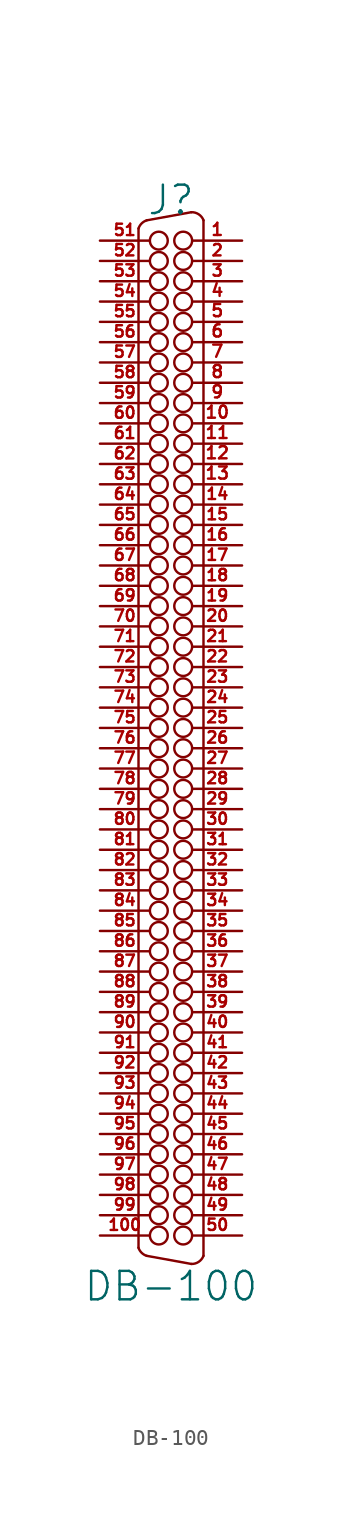
<source format=kicad_sym>
(kicad_symbol_lib
  (version 20220914)
  (generator kicad_symbol_editor)
  (symbol "DB-100"
    (pin_names
      (offset 1.016) hide)
    (property "Reference" "J"
      (at 0 33.655 0)
      (effects (font (size 1.778 1.778))))
    (property "Value" "DB-100"
      (at 0 -34.29 0)
      (effects (font (size 1.778 1.778))))
    (property "Footprint" ""
      (at 0 0 0)
      (effects (font (size 1.524 1.524))))
    (property "Datasheet" ""
      (at 0 0 0)
      (effects (font (size 1.524 1.524))))
    (symbol "DB-100_0_1"
      (arc (start -2.032 -31.877) (mid -1.838 -32.191) (end -1.524 -32.385) (stroke (width 0) (type solid)) (fill (type none)))
      (arc (start -1.524 32.385) (mid -1.838 32.191) (end -2.032 31.877) (stroke (width 0) (type solid)) (fill (type none)))
      (circle (center -0.762 -31.115) (radius 0.559) (stroke (width 0) (type solid)) (fill (type none)))
      (circle (center -0.762 -29.845) (radius 0.559) (stroke (width 0) (type solid)) (fill (type none)))
      (circle (center -0.762 -28.575) (radius 0.559) (stroke (width 0) (type solid)) (fill (type none)))
      (circle (center -0.762 -27.305) (radius 0.559) (stroke (width 0) (type solid)) (fill (type none)))
      (circle (center -0.762 -26.035) (radius 0.559) (stroke (width 0) (type solid)) (fill (type none)))
      (circle (center -0.762 -24.765) (radius 0.559) (stroke (width 0) (type solid)) (fill (type none)))
      (circle (center -0.762 -23.495) (radius 0.559) (stroke (width 0) (type solid)) (fill (type none)))
      (circle (center -0.762 -22.225) (radius 0.559) (stroke (width 0) (type solid)) (fill (type none)))
      (circle (center -0.762 -20.955) (radius 0.559) (stroke (width 0) (type solid)) (fill (type none)))
      (circle (center -0.762 -19.685) (radius 0.559) (stroke (width 0) (type solid)) (fill (type none)))
      (circle (center -0.762 -18.415) (radius 0.559) (stroke (width 0) (type solid)) (fill (type none)))
      (circle (center -0.762 -17.145) (radius 0.559) (stroke (width 0) (type solid)) (fill (type none)))
      (circle (center -0.762 -15.875) (radius 0.559) (stroke (width 0) (type solid)) (fill (type none)))
      (circle (center -0.762 -14.605) (radius 0.559) (stroke (width 0) (type solid)) (fill (type none)))
      (circle (center -0.762 -13.335) (radius 0.559) (stroke (width 0) (type solid)) (fill (type none)))
      (circle (center -0.762 -12.065) (radius 0.559) (stroke (width 0) (type solid)) (fill (type none)))
      (circle (center -0.762 -10.795) (radius 0.559) (stroke (width 0) (type solid)) (fill (type none)))
      (circle (center -0.762 -9.525) (radius 0.559) (stroke (width 0) (type solid)) (fill (type none)))
      (circle (center -0.762 -8.255) (radius 0.559) (stroke (width 0) (type solid)) (fill (type none)))
      (circle (center -0.762 -6.985) (radius 0.559) (stroke (width 0) (type solid)) (fill (type none)))
      (circle (center -0.762 -5.715) (radius 0.559) (stroke (width 0) (type solid)) (fill (type none)))
      (circle (center -0.762 -4.445) (radius 0.559) (stroke (width 0) (type solid)) (fill (type none)))
      (circle (center -0.762 -3.175) (radius 0.559) (stroke (width 0) (type solid)) (fill (type none)))
      (circle (center -0.762 -1.905) (radius 0.559) (stroke (width 0) (type solid)) (fill (type none)))
      (circle (center -0.762 -0.635) (radius 0.559) (stroke (width 0) (type solid)) (fill (type none)))
      (circle (center -0.762 0.635) (radius 0.559) (stroke (width 0) (type solid)) (fill (type none)))
      (circle (center -0.762 1.905) (radius 0.559) (stroke (width 0) (type solid)) (fill (type none)))
      (circle (center -0.762 3.175) (radius 0.559) (stroke (width 0) (type solid)) (fill (type none)))
      (circle (center -0.762 4.445) (radius 0.559) (stroke (width 0) (type solid)) (fill (type none)))
      (circle (center -0.762 5.715) (radius 0.559) (stroke (width 0) (type solid)) (fill (type none)))
      (circle (center -0.762 6.985) (radius 0.559) (stroke (width 0) (type solid)) (fill (type none)))
      (circle (center -0.762 8.255) (radius 0.559) (stroke (width 0) (type solid)) (fill (type none)))
      (circle (center -0.762 9.525) (radius 0.559) (stroke (width 0) (type solid)) (fill (type none)))
      (circle (center -0.762 10.795) (radius 0.559) (stroke (width 0) (type solid)) (fill (type none)))
      (circle (center -0.762 12.065) (radius 0.559) (stroke (width 0) (type solid)) (fill (type none)))
      (circle (center -0.762 13.335) (radius 0.559) (stroke (width 0) (type solid)) (fill (type none)))
      (circle (center -0.762 14.605) (radius 0.559) (stroke (width 0) (type solid)) (fill (type none)))
      (circle (center -0.762 15.875) (radius 0.559) (stroke (width 0) (type solid)) (fill (type none)))
      (circle (center -0.762 17.145) (radius 0.559) (stroke (width 0) (type solid)) (fill (type none)))
      (circle (center -0.762 18.415) (radius 0.559) (stroke (width 0) (type solid)) (fill (type none)))
      (circle (center -0.762 19.685) (radius 0.559) (stroke (width 0) (type solid)) (fill (type none)))
      (circle (center -0.762 20.955) (radius 0.559) (stroke (width 0) (type solid)) (fill (type none)))
      (circle (center -0.762 22.225) (radius 0.559) (stroke (width 0) (type solid)) (fill (type none)))
      (circle (center -0.762 23.495) (radius 0.559) (stroke (width 0) (type solid)) (fill (type none)))
      (circle (center -0.762 24.765) (radius 0.559) (stroke (width 0) (type solid)) (fill (type none)))
      (circle (center -0.762 26.035) (radius 0.559) (stroke (width 0) (type solid)) (fill (type none)))
      (circle (center -0.762 27.305) (radius 0.559) (stroke (width 0) (type solid)) (fill (type none)))
      (circle (center -0.762 28.575) (radius 0.559) (stroke (width 0) (type solid)) (fill (type none)))
      (circle (center -0.762 29.845) (radius 0.559) (stroke (width 0) (type solid)) (fill (type none)))
      (circle (center -0.762 31.115) (radius 0.559) (stroke (width 0) (type solid)) (fill (type none)))
      (polyline (pts (xy -2.032 -31.877) (xy -2.032 31.877)) (stroke (width 0) (type solid)) (fill (type none)))
      (polyline (pts (xy 2.032 32.385) (xy 2.032 -32.385)) (stroke (width 0) (type solid)) (fill (type none)))
      (polyline (pts (xy -1.524 -32.385) (xy 1.27 -32.893) (xy 1.27 -32.893)) (stroke (width 0) (type solid)) (fill (type none)))
      (polyline (pts (xy -1.524 32.385) (xy 1.27 32.893) (xy 1.27 32.893)) (stroke (width 0) (type solid)) (fill (type none)))
      (circle (center 0.762 -31.115) (radius 0.559) (stroke (width 0) (type solid)) (fill (type none)))
      (circle (center 0.762 -29.845) (radius 0.559) (stroke (width 0) (type solid)) (fill (type none)))
      (circle (center 0.762 -28.575) (radius 0.559) (stroke (width 0) (type solid)) (fill (type none)))
      (circle (center 0.762 -27.305) (radius 0.559) (stroke (width 0) (type solid)) (fill (type none)))
      (circle (center 0.762 -26.035) (radius 0.559) (stroke (width 0) (type solid)) (fill (type none)))
      (circle (center 0.762 -24.765) (radius 0.559) (stroke (width 0) (type solid)) (fill (type none)))
      (circle (center 0.762 -23.495) (radius 0.559) (stroke (width 0) (type solid)) (fill (type none)))
      (circle (center 0.762 -22.225) (radius 0.559) (stroke (width 0) (type solid)) (fill (type none)))
      (circle (center 0.762 -20.955) (radius 0.559) (stroke (width 0) (type solid)) (fill (type none)))
      (circle (center 0.762 -19.685) (radius 0.559) (stroke (width 0) (type solid)) (fill (type none)))
      (circle (center 0.762 -18.415) (radius 0.559) (stroke (width 0) (type solid)) (fill (type none)))
      (circle (center 0.762 -17.145) (radius 0.559) (stroke (width 0) (type solid)) (fill (type none)))
      (circle (center 0.762 -15.875) (radius 0.559) (stroke (width 0) (type solid)) (fill (type none)))
      (circle (center 0.762 -14.605) (radius 0.559) (stroke (width 0) (type solid)) (fill (type none)))
      (circle (center 0.762 -13.335) (radius 0.559) (stroke (width 0) (type solid)) (fill (type none)))
      (circle (center 0.762 -12.065) (radius 0.559) (stroke (width 0) (type solid)) (fill (type none)))
      (circle (center 0.762 -10.795) (radius 0.559) (stroke (width 0) (type solid)) (fill (type none)))
      (circle (center 0.762 -9.525) (radius 0.559) (stroke (width 0) (type solid)) (fill (type none)))
      (circle (center 0.762 -8.255) (radius 0.559) (stroke (width 0) (type solid)) (fill (type none)))
      (circle (center 0.762 -6.985) (radius 0.559) (stroke (width 0) (type solid)) (fill (type none)))
      (circle (center 0.762 -5.715) (radius 0.559) (stroke (width 0) (type solid)) (fill (type none)))
      (circle (center 0.762 -4.445) (radius 0.559) (stroke (width 0) (type solid)) (fill (type none)))
      (circle (center 0.762 -3.175) (radius 0.559) (stroke (width 0) (type solid)) (fill (type none)))
      (circle (center 0.762 -1.905) (radius 0.559) (stroke (width 0) (type solid)) (fill (type none)))
      (circle (center 0.762 -0.635) (radius 0.559) (stroke (width 0) (type solid)) (fill (type none)))
      (circle (center 0.762 0.635) (radius 0.559) (stroke (width 0) (type solid)) (fill (type none)))
      (circle (center 0.762 1.905) (radius 0.559) (stroke (width 0) (type solid)) (fill (type none)))
      (circle (center 0.762 3.175) (radius 0.559) (stroke (width 0) (type solid)) (fill (type none)))
      (circle (center 0.762 4.445) (radius 0.559) (stroke (width 0) (type solid)) (fill (type none)))
      (circle (center 0.762 5.715) (radius 0.559) (stroke (width 0) (type solid)) (fill (type none)))
      (circle (center 0.762 6.985) (radius 0.559) (stroke (width 0) (type solid)) (fill (type none)))
      (circle (center 0.762 8.255) (radius 0.559) (stroke (width 0) (type solid)) (fill (type none)))
      (circle (center 0.762 9.525) (radius 0.559) (stroke (width 0) (type solid)) (fill (type none)))
      (circle (center 0.762 10.795) (radius 0.559) (stroke (width 0) (type solid)) (fill (type none)))
      (circle (center 0.762 12.065) (radius 0.559) (stroke (width 0) (type solid)) (fill (type none)))
      (circle (center 0.762 13.335) (radius 0.559) (stroke (width 0) (type solid)) (fill (type none)))
      (circle (center 0.762 14.605) (radius 0.559) (stroke (width 0) (type solid)) (fill (type none)))
      (circle (center 0.762 15.875) (radius 0.559) (stroke (width 0) (type solid)) (fill (type none)))
      (circle (center 0.762 17.145) (radius 0.559) (stroke (width 0) (type solid)) (fill (type none)))
      (circle (center 0.762 18.415) (radius 0.559) (stroke (width 0) (type solid)) (fill (type none)))
      (circle (center 0.762 19.685) (radius 0.559) (stroke (width 0) (type solid)) (fill (type none)))
      (circle (center 0.762 20.955) (radius 0.559) (stroke (width 0) (type solid)) (fill (type none)))
      (circle (center 0.762 22.225) (radius 0.559) (stroke (width 0) (type solid)) (fill (type none)))
      (circle (center 0.762 23.495) (radius 0.559) (stroke (width 0) (type solid)) (fill (type none)))
      (circle (center 0.762 24.765) (radius 0.559) (stroke (width 0) (type solid)) (fill (type none)))
      (circle (center 0.762 26.035) (radius 0.559) (stroke (width 0) (type solid)) (fill (type none)))
      (circle (center 0.762 27.305) (radius 0.559) (stroke (width 0) (type solid)) (fill (type none)))
      (circle (center 0.762 28.575) (radius 0.559) (stroke (width 0) (type solid)) (fill (type none)))
      (circle (center 0.762 29.845) (radius 0.559) (stroke (width 0) (type solid)) (fill (type none)))
      (circle (center 0.762 31.115) (radius 0.559) (stroke (width 0) (type solid)) (fill (type none)))
      (arc (start 1.27 -32.893) (mid 1.7324 -32.7611) (end 2.032 -32.385) (stroke (width 0) (type solid)) (fill (type none)))
      (arc (start 2.032 32.385) (mid 1.7324 32.7611) (end 1.27 32.893) (stroke (width 0) (type solid)) (fill (type none))))
    (symbol "DB-100_1_1"
      (pin passive line (at 4.445 31.115 180) (length 3.099) (name "~" (effects (font (size 0.762 0.762)))) (number "1" (effects (font (size 0.762 0.762)))))
      (pin passive line (at 4.445 19.685 180) (length 3.099) (name "~" (effects (font (size 0.762 0.762)))) (number "10" (effects (font (size 0.762 0.762)))))
      (pin passive line (at -4.445 -31.115 0) (length 3.099) (name "~" (effects (font (size 0.711 0.711)))) (number "100" (effects (font (size 0.711 0.711)))))
      (pin passive line (at 4.445 18.415 180) (length 3.099) (name "~" (effects (font (size 0.762 0.762)))) (number "11" (effects (font (size 0.762 0.762)))))
      (pin passive line (at 4.445 17.145 180) (length 3.099) (name "~" (effects (font (size 0.762 0.762)))) (number "12" (effects (font (size 0.762 0.762)))))
      (pin passive line (at 4.445 15.875 180) (length 3.099) (name "~" (effects (font (size 0.762 0.762)))) (number "13" (effects (font (size 0.762 0.762)))))
      (pin passive line (at 4.445 14.605 180) (length 3.099) (name "~" (effects (font (size 0.711 0.711)))) (number "14" (effects (font (size 0.711 0.711)))))
      (pin passive line (at 4.445 13.335 180) (length 3.099) (name "~" (effects (font (size 0.711 0.711)))) (number "15" (effects (font (size 0.711 0.711)))))
      (pin passive line (at 4.445 12.065 180) (length 3.099) (name "~" (effects (font (size 0.711 0.711)))) (number "16" (effects (font (size 0.711 0.711)))))
      (pin passive line (at 4.445 10.795 180) (length 3.099) (name "~" (effects (font (size 0.711 0.711)))) (number "17" (effects (font (size 0.711 0.711)))))
      (pin passive line (at 4.445 9.525 180) (length 3.099) (name "~" (effects (font (size 0.711 0.711)))) (number "18" (effects (font (size 0.711 0.711)))))
      (pin passive line (at 4.445 8.255 180) (length 3.099) (name "~" (effects (font (size 0.711 0.711)))) (number "19" (effects (font (size 0.711 0.711)))))
      (pin passive line (at 4.445 29.845 180) (length 3.099) (name "~" (effects (font (size 0.711 0.711)))) (number "2" (effects (font (size 0.711 0.711)))))
      (pin passive line (at 4.445 6.985 180) (length 3.099) (name "~" (effects (font (size 0.711 0.711)))) (number "20" (effects (font (size 0.711 0.711)))))
      (pin passive line (at 4.445 5.715 180) (length 3.099) (name "~" (effects (font (size 0.711 0.711)))) (number "21" (effects (font (size 0.711 0.711)))))
      (pin passive line (at 4.445 4.445 180) (length 3.099) (name "~" (effects (font (size 0.711 0.711)))) (number "22" (effects (font (size 0.711 0.711)))))
      (pin passive line (at 4.445 3.175 180) (length 3.099) (name "~" (effects (font (size 0.711 0.711)))) (number "23" (effects (font (size 0.711 0.711)))))
      (pin passive line (at 4.445 1.905 180) (length 3.099) (name "~" (effects (font (size 0.711 0.711)))) (number "24" (effects (font (size 0.711 0.711)))))
      (pin passive line (at 4.445 0.635 180) (length 3.099) (name "~" (effects (font (size 0.711 0.711)))) (number "25" (effects (font (size 0.711 0.711)))))
      (pin passive line (at 4.445 -0.635 180) (length 3.099) (name "~" (effects (font (size 0.711 0.711)))) (number "26" (effects (font (size 0.711 0.711)))))
      (pin passive line (at 4.445 -1.905 180) (length 3.099) (name "~" (effects (font (size 0.711 0.711)))) (number "27" (effects (font (size 0.711 0.711)))))
      (pin passive line (at 4.445 -3.175 180) (length 3.099) (name "~" (effects (font (size 0.711 0.711)))) (number "28" (effects (font (size 0.711 0.711)))))
      (pin passive line (at 4.445 -4.445 180) (length 3.099) (name "~" (effects (font (size 0.711 0.711)))) (number "29" (effects (font (size 0.711 0.711)))))
      (pin passive line (at 4.445 28.575 180) (length 3.099) (name "~" (effects (font (size 0.711 0.711)))) (number "3" (effects (font (size 0.711 0.711)))))
      (pin passive line (at 4.445 -5.715 180) (length 3.099) (name "~" (effects (font (size 0.711 0.711)))) (number "30" (effects (font (size 0.711 0.711)))))
      (pin passive line (at 4.445 -6.985 180) (length 3.099) (name "~" (effects (font (size 0.711 0.711)))) (number "31" (effects (font (size 0.711 0.711)))))
      (pin passive line (at 4.445 -8.255 180) (length 3.099) (name "~" (effects (font (size 0.711 0.711)))) (number "32" (effects (font (size 0.711 0.711)))))
      (pin passive line (at 4.445 -9.525 180) (length 3.099) (name "~" (effects (font (size 0.711 0.711)))) (number "33" (effects (font (size 0.711 0.711)))))
      (pin passive line (at 4.445 -10.795 180) (length 3.099) (name "~" (effects (font (size 0.711 0.711)))) (number "34" (effects (font (size 0.711 0.711)))))
      (pin passive line (at 4.445 -12.065 180) (length 3.099) (name "~" (effects (font (size 0.711 0.711)))) (number "35" (effects (font (size 0.711 0.711)))))
      (pin passive line (at 4.445 -13.335 180) (length 3.099) (name "~" (effects (font (size 0.711 0.711)))) (number "36" (effects (font (size 0.711 0.711)))))
      (pin passive line (at 4.445 -14.605 180) (length 3.099) (name "~" (effects (font (size 0.711 0.711)))) (number "37" (effects (font (size 0.711 0.711)))))
      (pin passive line (at 4.445 -15.875 180) (length 3.099) (name "~" (effects (font (size 0.711 0.711)))) (number "38" (effects (font (size 0.711 0.711)))))
      (pin passive line (at 4.445 -17.145 180) (length 3.099) (name "~" (effects (font (size 0.711 0.711)))) (number "39" (effects (font (size 0.711 0.711)))))
      (pin passive line (at 4.445 27.305 180) (length 3.099) (name "~" (effects (font (size 0.762 0.762)))) (number "4" (effects (font (size 0.762 0.762)))))
      (pin passive line (at 4.445 -18.415 180) (length 3.099) (name "~" (effects (font (size 0.711 0.711)))) (number "40" (effects (font (size 0.711 0.711)))))
      (pin passive line (at 4.445 -19.685 180) (length 3.099) (name "~" (effects (font (size 0.711 0.711)))) (number "41" (effects (font (size 0.711 0.711)))))
      (pin passive line (at 4.445 -20.955 180) (length 3.099) (name "~" (effects (font (size 0.711 0.711)))) (number "42" (effects (font (size 0.711 0.711)))))
      (pin passive line (at 4.445 -22.225 180) (length 3.099) (name "~" (effects (font (size 0.711 0.711)))) (number "43" (effects (font (size 0.711 0.711)))))
      (pin passive line (at 4.445 -23.495 180) (length 3.099) (name "~" (effects (font (size 0.711 0.711)))) (number "44" (effects (font (size 0.711 0.711)))))
      (pin passive line (at 4.445 -24.765 180) (length 3.099) (name "~" (effects (font (size 0.711 0.711)))) (number "45" (effects (font (size 0.711 0.711)))))
      (pin passive line (at 4.445 -26.035 180) (length 3.099) (name "~" (effects (font (size 0.711 0.711)))) (number "46" (effects (font (size 0.711 0.711)))))
      (pin passive line (at 4.445 -27.305 180) (length 3.099) (name "~" (effects (font (size 0.711 0.711)))) (number "47" (effects (font (size 0.711 0.711)))))
      (pin passive line (at 4.445 -28.575 180) (length 3.099) (name "~" (effects (font (size 0.711 0.711)))) (number "48" (effects (font (size 0.711 0.711)))))
      (pin passive line (at 4.445 -29.845 180) (length 3.099) (name "~" (effects (font (size 0.711 0.711)))) (number "49" (effects (font (size 0.711 0.711)))))
      (pin passive line (at 4.445 26.035 180) (length 3.099) (name "~" (effects (font (size 0.762 0.762)))) (number "5" (effects (font (size 0.762 0.762)))))
      (pin passive line (at 4.445 -31.115 180) (length 3.099) (name "~" (effects (font (size 0.711 0.711)))) (number "50" (effects (font (size 0.711 0.711)))))
      (pin passive line (at -4.445 31.115 0) (length 3.099) (name "~" (effects (font (size 0.711 0.711)))) (number "51" (effects (font (size 0.711 0.711)))))
      (pin passive line (at -4.445 29.845 0) (length 3.099) (name "~" (effects (font (size 0.711 0.711)))) (number "52" (effects (font (size 0.711 0.711)))))
      (pin passive line (at -4.445 28.575 0) (length 3.099) (name "~" (effects (font (size 0.711 0.711)))) (number "53" (effects (font (size 0.711 0.711)))))
      (pin passive line (at -4.445 27.305 0) (length 3.099) (name "~" (effects (font (size 0.711 0.711)))) (number "54" (effects (font (size 0.711 0.711)))))
      (pin passive line (at -4.445 26.035 0) (length 3.099) (name "~" (effects (font (size 0.711 0.711)))) (number "55" (effects (font (size 0.711 0.711)))))
      (pin passive line (at -4.445 24.765 0) (length 3.099) (name "~" (effects (font (size 0.711 0.711)))) (number "56" (effects (font (size 0.711 0.711)))))
      (pin passive line (at -4.445 23.495 0) (length 3.099) (name "~" (effects (font (size 0.711 0.711)))) (number "57" (effects (font (size 0.711 0.711)))))
      (pin passive line (at -4.445 22.225 0) (length 3.099) (name "~" (effects (font (size 0.711 0.711)))) (number "58" (effects (font (size 0.711 0.711)))))
      (pin passive line (at -4.445 20.955 0) (length 3.099) (name "~" (effects (font (size 0.711 0.711)))) (number "59" (effects (font (size 0.711 0.711)))))
      (pin passive line (at 4.445 24.765 180) (length 3.099) (name "~" (effects (font (size 0.762 0.762)))) (number "6" (effects (font (size 0.762 0.762)))))
      (pin passive line (at -4.445 19.685 0) (length 3.099) (name "~" (effects (font (size 0.711 0.711)))) (number "60" (effects (font (size 0.711 0.711)))))
      (pin passive line (at -4.445 18.415 0) (length 3.099) (name "~" (effects (font (size 0.711 0.711)))) (number "61" (effects (font (size 0.711 0.711)))))
      (pin passive line (at -4.445 17.145 0) (length 3.099) (name "~" (effects (font (size 0.711 0.711)))) (number "62" (effects (font (size 0.711 0.711)))))
      (pin passive line (at -4.445 15.875 0) (length 3.099) (name "~" (effects (font (size 0.711 0.711)))) (number "63" (effects (font (size 0.711 0.711)))))
      (pin passive line (at -4.445 14.605 0) (length 3.099) (name "~" (effects (font (size 0.711 0.711)))) (number "64" (effects (font (size 0.711 0.711)))))
      (pin passive line (at -4.445 13.335 0) (length 3.099) (name "~" (effects (font (size 0.711 0.711)))) (number "65" (effects (font (size 0.711 0.711)))))
      (pin passive line (at -4.445 12.065 0) (length 3.099) (name "~" (effects (font (size 0.711 0.711)))) (number "66" (effects (font (size 0.711 0.711)))))
      (pin passive line (at -4.445 10.795 0) (length 3.099) (name "~" (effects (font (size 0.711 0.711)))) (number "67" (effects (font (size 0.711 0.711)))))
      (pin passive line (at -4.445 9.525 0) (length 3.099) (name "~" (effects (font (size 0.711 0.711)))) (number "68" (effects (font (size 0.711 0.711)))))
      (pin passive line (at -4.445 8.255 0) (length 3.099) (name "~" (effects (font (size 0.711 0.711)))) (number "69" (effects (font (size 0.711 0.711)))))
      (pin passive line (at 4.445 23.495 180) (length 3.099) (name "~" (effects (font (size 0.762 0.762)))) (number "7" (effects (font (size 0.762 0.762)))))
      (pin passive line (at -4.445 6.985 0) (length 3.099) (name "~" (effects (font (size 0.711 0.711)))) (number "70" (effects (font (size 0.711 0.711)))))
      (pin passive line (at -4.445 5.715 0) (length 3.099) (name "~" (effects (font (size 0.711 0.711)))) (number "71" (effects (font (size 0.711 0.711)))))
      (pin passive line (at -4.445 4.445 0) (length 3.099) (name "~" (effects (font (size 0.711 0.711)))) (number "72" (effects (font (size 0.711 0.711)))))
      (pin passive line (at -4.445 3.175 0) (length 3.099) (name "~" (effects (font (size 0.711 0.711)))) (number "73" (effects (font (size 0.711 0.711)))))
      (pin passive line (at -4.445 1.905 0) (length 3.099) (name "~" (effects (font (size 0.711 0.711)))) (number "74" (effects (font (size 0.711 0.711)))))
      (pin passive line (at -4.445 0.635 0) (length 3.099) (name "~" (effects (font (size 0.711 0.711)))) (number "75" (effects (font (size 0.711 0.711)))))
      (pin passive line (at -4.445 -0.635 0) (length 3.099) (name "~" (effects (font (size 0.711 0.711)))) (number "76" (effects (font (size 0.711 0.711)))))
      (pin passive line (at -4.445 -1.905 0) (length 3.099) (name "~" (effects (font (size 0.711 0.711)))) (number "77" (effects (font (size 0.711 0.711)))))
      (pin passive line (at -4.445 -3.175 0) (length 3.099) (name "~" (effects (font (size 0.711 0.711)))) (number "78" (effects (font (size 0.711 0.711)))))
      (pin passive line (at -4.445 -4.445 0) (length 3.099) (name "~" (effects (font (size 0.711 0.711)))) (number "79" (effects (font (size 0.711 0.711)))))
      (pin passive line (at 4.445 22.225 180) (length 3.099) (name "~" (effects (font (size 0.762 0.762)))) (number "8" (effects (font (size 0.762 0.762)))))
      (pin passive line (at -4.445 -5.715 0) (length 3.099) (name "~" (effects (font (size 0.711 0.711)))) (number "80" (effects (font (size 0.711 0.711)))))
      (pin passive line (at -4.445 -6.985 0) (length 3.099) (name "~" (effects (font (size 0.711 0.711)))) (number "81" (effects (font (size 0.711 0.711)))))
      (pin passive line (at -4.445 -8.255 0) (length 3.099) (name "~" (effects (font (size 0.711 0.711)))) (number "82" (effects (font (size 0.711 0.711)))))
      (pin passive line (at -4.445 -9.525 0) (length 3.099) (name "~" (effects (font (size 0.711 0.711)))) (number "83" (effects (font (size 0.711 0.711)))))
      (pin passive line (at -4.445 -10.795 0) (length 3.099) (name "~" (effects (font (size 0.711 0.711)))) (number "84" (effects (font (size 0.711 0.711)))))
      (pin passive line (at -4.445 -12.065 0) (length 3.099) (name "~" (effects (font (size 0.711 0.711)))) (number "85" (effects (font (size 0.711 0.711)))))
      (pin passive line (at -4.445 -13.335 0) (length 3.099) (name "~" (effects (font (size 0.711 0.711)))) (number "86" (effects (font (size 0.711 0.711)))))
      (pin passive line (at -4.445 -14.605 0) (length 3.099) (name "~" (effects (font (size 0.711 0.711)))) (number "87" (effects (font (size 0.711 0.711)))))
      (pin passive line (at -4.445 -15.875 0) (length 3.099) (name "~" (effects (font (size 0.711 0.711)))) (number "88" (effects (font (size 0.711 0.711)))))
      (pin passive line (at -4.445 -17.145 0) (length 3.099) (name "~" (effects (font (size 0.711 0.711)))) (number "89" (effects (font (size 0.711 0.711)))))
      (pin passive line (at 4.445 20.955 180) (length 3.099) (name "~" (effects (font (size 0.762 0.762)))) (number "9" (effects (font (size 0.762 0.762)))))
      (pin passive line (at -4.445 -18.415 0) (length 3.099) (name "~" (effects (font (size 0.711 0.711)))) (number "90" (effects (font (size 0.711 0.711)))))
      (pin passive line (at -4.445 -19.685 0) (length 3.099) (name "~" (effects (font (size 0.711 0.711)))) (number "91" (effects (font (size 0.711 0.711)))))
      (pin passive line (at -4.445 -20.955 0) (length 3.099) (name "~" (effects (font (size 0.711 0.711)))) (number "92" (effects (font (size 0.711 0.711)))))
      (pin passive line (at -4.445 -22.225 0) (length 3.099) (name "~" (effects (font (size 0.711 0.711)))) (number "93" (effects (font (size 0.711 0.711)))))
      (pin passive line (at -4.445 -23.495 0) (length 3.099) (name "~" (effects (font (size 0.711 0.711)))) (number "94" (effects (font (size 0.711 0.711)))))
      (pin passive line (at -4.445 -24.765 0) (length 3.099) (name "~" (effects (font (size 0.711 0.711)))) (number "95" (effects (font (size 0.711 0.711)))))
      (pin passive line (at -4.445 -26.035 0) (length 3.099) (name "~" (effects (font (size 0.711 0.711)))) (number "96" (effects (font (size 0.711 0.711)))))
      (pin passive line (at -4.445 -27.305 0) (length 3.099) (name "~" (effects (font (size 0.711 0.711)))) (number "97" (effects (font (size 0.711 0.711)))))
      (pin passive line (at -4.445 -28.575 0) (length 3.099) (name "~" (effects (font (size 0.711 0.711)))) (number "98" (effects (font (size 0.711 0.711)))))
      (pin passive line (at -4.445 -29.845 0) (length 3.099) (name "~" (effects (font (size 0.711 0.711)))) (number "99" (effects (font (size 0.711 0.711))))))))
</source>
